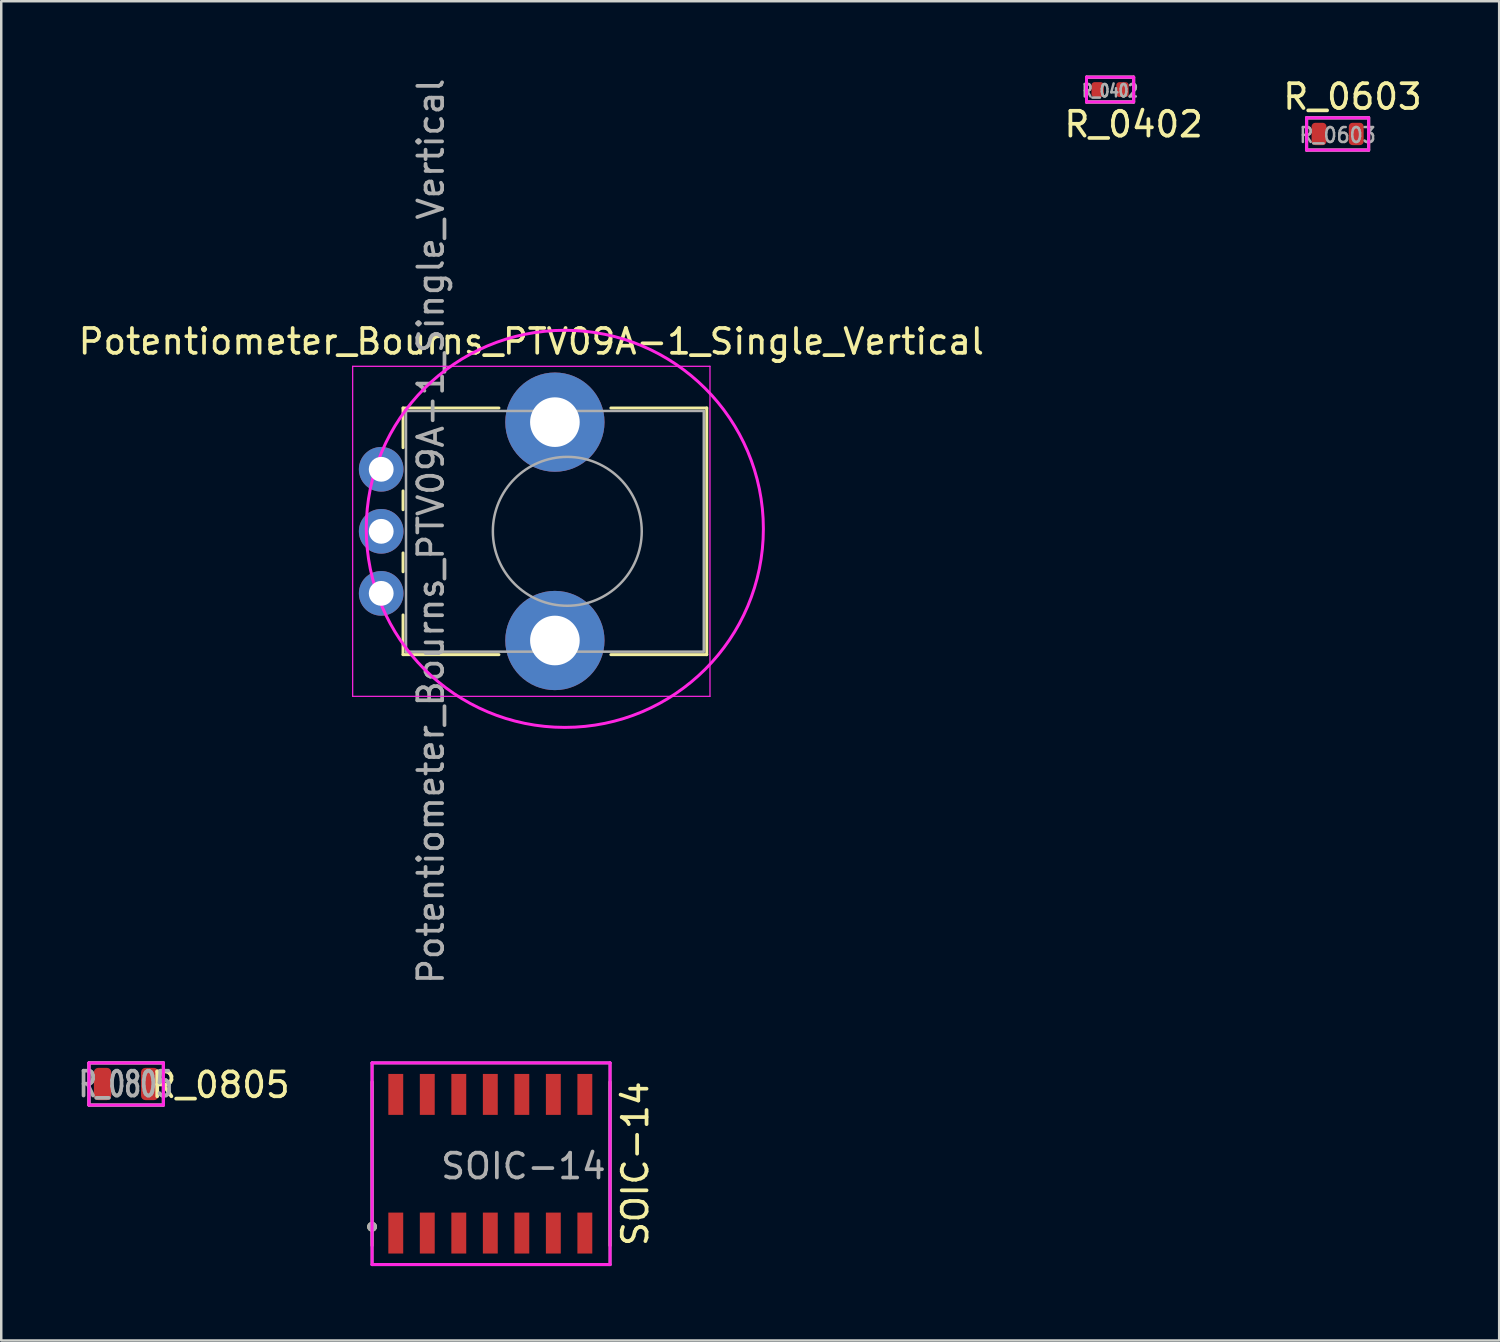
<source format=kicad_pcb>
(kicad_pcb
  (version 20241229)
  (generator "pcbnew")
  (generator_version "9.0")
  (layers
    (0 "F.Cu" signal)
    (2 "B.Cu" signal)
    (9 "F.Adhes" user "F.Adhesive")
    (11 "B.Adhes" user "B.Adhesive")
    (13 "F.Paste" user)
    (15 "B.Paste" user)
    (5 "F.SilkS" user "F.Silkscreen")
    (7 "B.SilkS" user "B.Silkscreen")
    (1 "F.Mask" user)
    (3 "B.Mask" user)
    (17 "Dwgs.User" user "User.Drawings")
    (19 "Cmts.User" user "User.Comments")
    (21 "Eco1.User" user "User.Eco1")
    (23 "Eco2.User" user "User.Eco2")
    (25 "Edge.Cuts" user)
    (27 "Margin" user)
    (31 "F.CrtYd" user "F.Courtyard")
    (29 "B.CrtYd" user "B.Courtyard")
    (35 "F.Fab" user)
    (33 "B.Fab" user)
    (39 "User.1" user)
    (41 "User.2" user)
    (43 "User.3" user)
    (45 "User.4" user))
  (footprint "SOIC-14"
    (layer "F.Cu")
    (at 16.71 43.85)
    (property "Reference" "SOIC-14" (at 5.842 0 90) (layer "F.SilkS") (effects (font (size 1 1) (thickness 0.15))))
    (attr smd)
    (fp_line (start -4.765 3.3) (end -4.765 -3.3) (stroke (width 0.12) (type solid)) (layer "F.SilkS"))
    (fp_line (start 4.826 3.3) (end 4.826 -3.3) (stroke (width 0.12) (type solid)) (layer "F.SilkS"))
    (fp_circle (center -4.765 2.54) (end -4.665 2.54) (stroke (width 0.2) (type solid)) (fill no) (layer "F.SilkS"))
    (fp_line (start -4.765 -4.064) (end 4.826 -4.064) (stroke (width 0.12) (type solid)) (layer "F.CrtYd"))
    (fp_line (start -4.765 4.064) (end -4.765 -4.064) (stroke (width 0.12) (type solid)) (layer "F.CrtYd"))
    (fp_line (start 4.826 -4.064) (end 4.826 4.064) (stroke (width 0.12) (type solid)) (layer "F.CrtYd"))
    (fp_line (start 4.826 4.064) (end -4.765 4.064) (stroke (width 0.12) (type solid)) (layer "F.CrtYd"))
    (fp_line (start -4.765 -4.064) (end 4.826 -4.064) (stroke (width 0.12) (type solid)) (layer "F.Fab"))
    (fp_line (start -4.765 4.064) (end -4.765 -4.064) (stroke (width 0.12) (type solid)) (layer "F.Fab"))
    (fp_line (start 4.826 -4.064) (end 4.826 4.064) (stroke (width 0.12) (type solid)) (layer "F.Fab"))
    (fp_line (start 4.826 4.064) (end -4.765 4.064) (stroke (width 0.12) (type solid)) (layer "F.Fab"))
    (fp_circle (center -4.765 2.54) (end -4.665 2.54) (stroke (width 0.2) (type solid)) (fill no) (layer "F.Fab"))
    (fp_text user "${REFERENCE}" (at 1.335 0.1 0) (layer "F.Fab") (effects (font (size 1 1) (thickness 0.15))))
    (pad "1" smd rect (at -3.81 2.794) (size 0.6 1.65) (layers "F.Cu" "F.Mask" "F.Paste"))
    (pad "2" smd rect (at -2.54 2.794) (size 0.6 1.65) (layers "F.Cu" "F.Mask" "F.Paste"))
    (pad "3" smd rect (at -1.27 2.794) (size 0.6 1.65) (layers "F.Cu" "F.Mask" "F.Paste"))
    (pad "4" smd rect (at 0 2.794) (size 0.6 1.65) (layers "F.Cu" "F.Mask" "F.Paste"))
    (pad "5" smd rect (at 1.27 2.794) (size 0.6 1.65) (layers "F.Cu" "F.Mask" "F.Paste"))
    (pad "6" smd rect (at 2.54 2.794) (size 0.6 1.65) (layers "F.Cu" "F.Mask" "F.Paste"))
    (pad "7" smd rect (at 3.81 2.794) (size 0.6 1.65) (layers "F.Cu" "F.Mask" "F.Paste"))
    (pad "8" smd rect (at 3.81 -2.794) (size 0.6 1.65) (layers "F.Cu" "F.Mask" "F.Paste"))
    (pad "9" smd rect (at 2.54 -2.794) (size 0.6 1.65) (layers "F.Cu" "F.Mask" "F.Paste"))
    (pad "10" smd rect (at 1.27 -2.794) (size 0.6 1.65) (layers "F.Cu" "F.Mask" "F.Paste"))
    (pad "11" smd rect (at 0 -2.794) (size 0.6 1.65) (layers "F.Cu" "F.Mask" "F.Paste"))
    (pad "12" smd rect (at -1.27 -2.794) (size 0.6 1.65) (layers "F.Cu" "F.Mask" "F.Paste"))
    (pad "13" smd rect (at -2.54 -2.794) (size 0.6 1.65) (layers "F.Cu" "F.Mask" "F.Paste"))
    (pad "14" smd rect (at -3.81 -2.794) (size 0.6 1.65) (layers "F.Cu" "F.Mask" "F.Paste")))
  (footprint "Potentiometer_Bourns_PTV09A-1_Single_Vertical"
    (layer "F.Cu")
    (at 12.313 20.863)
    (property "Reference" "Potentiometer_Bourns_PTV09A-1_Single_Vertical" (at 6.05 -10.15 0) (layer "F.SilkS") (effects (font (size 1 1) (thickness 0.15))))
    (attr through_hole)
    (fp_line (start 0.88 -7.47) (end 0.88 -5.871) (stroke (width 0.12) (type solid)) (layer "F.SilkS"))
    (fp_line (start 0.88 -7.47) (end 4.745 -7.47) (stroke (width 0.12) (type solid)) (layer "F.SilkS"))
    (fp_line (start 0.88 -4.129) (end 0.88 -3.37) (stroke (width 0.12) (type solid)) (layer "F.SilkS"))
    (fp_line (start 0.88 -1.629) (end 0.88 -0.87) (stroke (width 0.12) (type solid)) (layer "F.SilkS"))
    (fp_line (start 0.88 0.87) (end 0.88 2.47) (stroke (width 0.12) (type solid)) (layer "F.SilkS"))
    (fp_line (start 0.88 2.47) (end 4.745 2.47) (stroke (width 0.12) (type solid)) (layer "F.SilkS"))
    (fp_line (start 9.255 -7.47) (end 13.12 -7.47) (stroke (width 0.12) (type solid)) (layer "F.SilkS"))
    (fp_line (start 9.255 2.47) (end 13.12 2.47) (stroke (width 0.12) (type solid)) (layer "F.SilkS"))
    (fp_line (start 13.12 -7.47) (end 13.12 2.47) (stroke (width 0.12) (type solid)) (layer "F.SilkS"))
    (fp_line (start -1.15 -9.15) (end -1.15 4.15) (stroke (width 0.05) (type solid)) (layer "F.CrtYd"))
    (fp_line (start -1.15 4.15) (end 13.25 4.15) (stroke (width 0.05) (type solid)) (layer "F.CrtYd"))
    (fp_line (start 13.25 -9.15) (end -1.15 -9.15) (stroke (width 0.05) (type solid)) (layer "F.CrtYd"))
    (fp_line (start 13.25 4.15) (end 13.25 -9.15) (stroke (width 0.05) (type solid)) (layer "F.CrtYd"))
    (fp_circle (center 7.4 -2.6) (end 15.402 -2.6) (stroke (width 0.12) (type solid)) (fill no) (layer "F.CrtYd"))
    (fp_line (start 1 -7.35) (end 1 2.35) (stroke (width 0.1) (type solid)) (layer "F.Fab"))
    (fp_line (start 1 2.35) (end 13 2.35) (stroke (width 0.1) (type solid)) (layer "F.Fab"))
    (fp_line (start 13 -7.35) (end 1 -7.35) (stroke (width 0.1) (type solid)) (layer "F.Fab"))
    (fp_line (start 13 2.35) (end 13 -7.35) (stroke (width 0.1) (type solid)) (layer "F.Fab"))
    (fp_circle (center 7.5 -2.5) (end 10.5 -2.5) (stroke (width 0.1) (type solid)) (fill no) (layer "F.Fab"))
    (fp_text user "${REFERENCE}" (at 2 -2.5 90) (layer "F.Fab") (effects (font (size 1 1) (thickness 0.15))))
    (pad "" np_thru_hole circle (at 7 -6.9) (size 4 4) (drill 2) (layers "*.Cu" "*.Mask"))
    (pad "" np_thru_hole circle (at 7 1.9) (size 4 4) (drill 2) (layers "*.Cu" "*.Mask"))
    (pad "1" thru_hole circle (at 0 0) (size 1.8 1.8) (drill 1) (layers "*.Cu" "*.Mask"))
    (pad "2" thru_hole circle (at 0 -2.5) (size 1.8 1.8) (drill 1) (layers "*.Cu" "*.Mask"))
    (pad "3" thru_hole circle (at 0 -5) (size 1.8 1.8) (drill 1) (layers "*.Cu" "*.Mask")))
  (footprint "R_0805"
    (layer "F.Cu")
    (at 2.034 40.636)
    (property "Reference" "R_0805" (at 3.8 0.04 0) (layer "F.SilkS") (effects (font (size 1 1) (thickness 0.15))))
    (attr through_hole)
    (fp_line (start -1.5 -0.85) (end 1.5 -0.85) (stroke (width 0.12) (type solid)) (layer "F.SilkS"))
    (fp_line (start -1.5 0.85) (end -1.5 -0.85) (stroke (width 0.12) (type solid)) (layer "F.SilkS"))
    (fp_line (start 1.5 -0.85) (end 1.5 0.85) (stroke (width 0.12) (type solid)) (layer "F.SilkS"))
    (fp_line (start 1.5 0.85) (end -1.5 0.85) (stroke (width 0.12) (type solid)) (layer "F.SilkS"))
    (fp_line (start -1.5 -0.85) (end 1.5 -0.85) (stroke (width 0.12) (type solid)) (layer "F.CrtYd"))
    (fp_line (start -1.5 0.85) (end -1.5 -0.85) (stroke (width 0.12) (type solid)) (layer "F.CrtYd"))
    (fp_line (start 1.5 -0.85) (end 1.5 0.85) (stroke (width 0.12) (type solid)) (layer "F.CrtYd"))
    (fp_line (start 1.5 0.85) (end -1.5 0.85) (stroke (width 0.12) (type solid)) (layer "F.CrtYd"))
    (fp_line (start -1.5 -0.85) (end 1.5 -0.85) (stroke (width 0.12) (type solid)) (layer "F.Fab"))
    (fp_line (start -1.5 0.85) (end -1.5 -0.85) (stroke (width 0.12) (type solid)) (layer "F.Fab"))
    (fp_line (start 1.5 -0.85) (end 1.5 0.85) (stroke (width 0.12) (type solid)) (layer "F.Fab"))
    (fp_line (start 1.5 0.85) (end -1.5 0.85) (stroke (width 0.12) (type solid)) (layer "F.Fab"))
    (fp_text user "${REFERENCE}" (at -0.01 0.01 0) (layer "F.Fab") (effects (font (size 1 0.67) (thickness 0.15))))
    (pad "1" smd roundrect (at -0.95 0) (size 0.7 1.3) (layers "F.Cu" "F.Mask" "F.Paste") (roundrect_rratio 0.25))
    (pad "2" smd roundrect (at 0.95 0) (size 0.7 1.3) (layers "F.Cu" "F.Mask" "F.Paste") (roundrect_rratio 0.25)))
  (footprint "R_0402"
    (layer "F.Cu")
    (at 41.687 0.56)
    (property "Reference" "R_0402" (at 0.95 1.4 0) (layer "F.SilkS") (effects (font (size 1 1) (thickness 0.15))))
    (attr smd)
    (fp_line (start -0.95 -0.5) (end 0.95 -0.5) (stroke (width 0.12) (type solid)) (layer "F.SilkS"))
    (fp_line (start -0.95 0.5) (end -0.95 -0.5) (stroke (width 0.12) (type solid)) (layer "F.SilkS"))
    (fp_line (start 0.95 -0.5) (end 0.95 0.5) (stroke (width 0.12) (type solid)) (layer "F.SilkS"))
    (fp_line (start 0.95 0.5) (end -0.95 0.5) (stroke (width 0.12) (type solid)) (layer "F.SilkS"))
    (fp_line (start -0.95 -0.5) (end 0.95 -0.5) (stroke (width 0.12) (type solid)) (layer "F.CrtYd"))
    (fp_line (start -0.95 0.5) (end -0.95 -0.5) (stroke (width 0.12) (type solid)) (layer "F.CrtYd"))
    (fp_line (start 0.95 -0.5) (end 0.95 0.5) (stroke (width 0.12) (type solid)) (layer "F.CrtYd"))
    (fp_line (start 0.95 0.5) (end -0.95 0.5) (stroke (width 0.12) (type solid)) (layer "F.CrtYd"))
    (fp_line (start -0.95 -0.5) (end 0.95 -0.5) (stroke (width 0.12) (type solid)) (layer "F.Fab"))
    (fp_line (start -0.95 0.5) (end -0.95 -0.5) (stroke (width 0.12) (type solid)) (layer "F.Fab"))
    (fp_line (start 0.95 -0.5) (end 0.95 0.5) (stroke (width 0.12) (type solid)) (layer "F.Fab"))
    (fp_line (start 0.95 0.5) (end -0.95 0.5) (stroke (width 0.12) (type solid)) (layer "F.Fab"))
    (fp_text user "${REFERENCE}" (at 0 0.05 0) (layer "F.Fab") (effects (font (size 0.5 0.4) (thickness 0.1))))
    (pad "1" smd roundrect (at -0.5 0) (size 0.5 0.6) (layers "F.Cu" "F.Mask" "F.Paste") (roundrect_rratio 0.25))
    (pad "2" smd roundrect (at 0.5 0) (size 0.5 0.6) (layers "F.Cu" "F.Mask" "F.Paste") (roundrect_rratio 0.25)))
  (footprint "R_0603"
    (layer "F.Cu")
    (at 50.858 2.348)
    (property "Reference" "R_0603" (at 0.6 -1.5 0) (layer "F.SilkS") (effects (font (size 1 1) (thickness 0.15))))
    (attr through_hole)
    (fp_line (start -1.25 -0.65) (end -1.25 0.65) (stroke (width 0.12) (type solid)) (layer "F.SilkS"))
    (fp_line (start -1.25 0.65) (end 1.25 0.65) (stroke (width 0.12) (type solid)) (layer "F.SilkS"))
    (fp_line (start 1.25 -0.65) (end -1.25 -0.65) (stroke (width 0.12) (type solid)) (layer "F.SilkS"))
    (fp_line (start 1.25 0.65) (end 1.25 -0.65) (stroke (width 0.12) (type solid)) (layer "F.SilkS"))
    (fp_line (start -1.25 -0.65) (end -1.25 0.65) (stroke (width 0.12) (type solid)) (layer "F.CrtYd"))
    (fp_line (start -1.25 0.65) (end 1.25 0.65) (stroke (width 0.12) (type solid)) (layer "F.CrtYd"))
    (fp_line (start 1.25 -0.65) (end -1.25 -0.65) (stroke (width 0.12) (type solid)) (layer "F.CrtYd"))
    (fp_line (start 1.25 0.65) (end 1.25 -0.65) (stroke (width 0.12) (type solid)) (layer "F.CrtYd"))
    (fp_line (start -1.25 -0.65) (end -1.25 0.65) (stroke (width 0.12) (type solid)) (layer "F.Fab"))
    (fp_line (start -1.25 0.65) (end 1.25 0.65) (stroke (width 0.12) (type solid)) (layer "F.Fab"))
    (fp_line (start 1.25 -0.65) (end -1.25 -0.65) (stroke (width 0.12) (type solid)) (layer "F.Fab"))
    (fp_line (start 1.25 0.65) (end 1.25 -0.65) (stroke (width 0.12) (type solid)) (layer "F.Fab"))
    (fp_text user "${REFERENCE}" (at 0 0.05 0) (layer "F.Fab") (effects (font (size 0.6 0.55) (thickness 0.1))))
    (pad "1" smd roundrect (at -0.75 0) (size 0.6 0.9) (layers "F.Cu" "F.Mask" "F.Paste") (roundrect_rratio 0.25))
    (pad "2" smd roundrect (at 0.75 0) (size 0.6 0.9) (layers "F.Cu" "F.Mask" "F.Paste") (roundrect_rratio 0.25)))
  (gr_rect
    (start -3 -3)
    (end 57.369 50.974)
    (stroke (width 0.1) (type default))
    (fill no)
    (layer "Edge.Cuts")))
</source>
